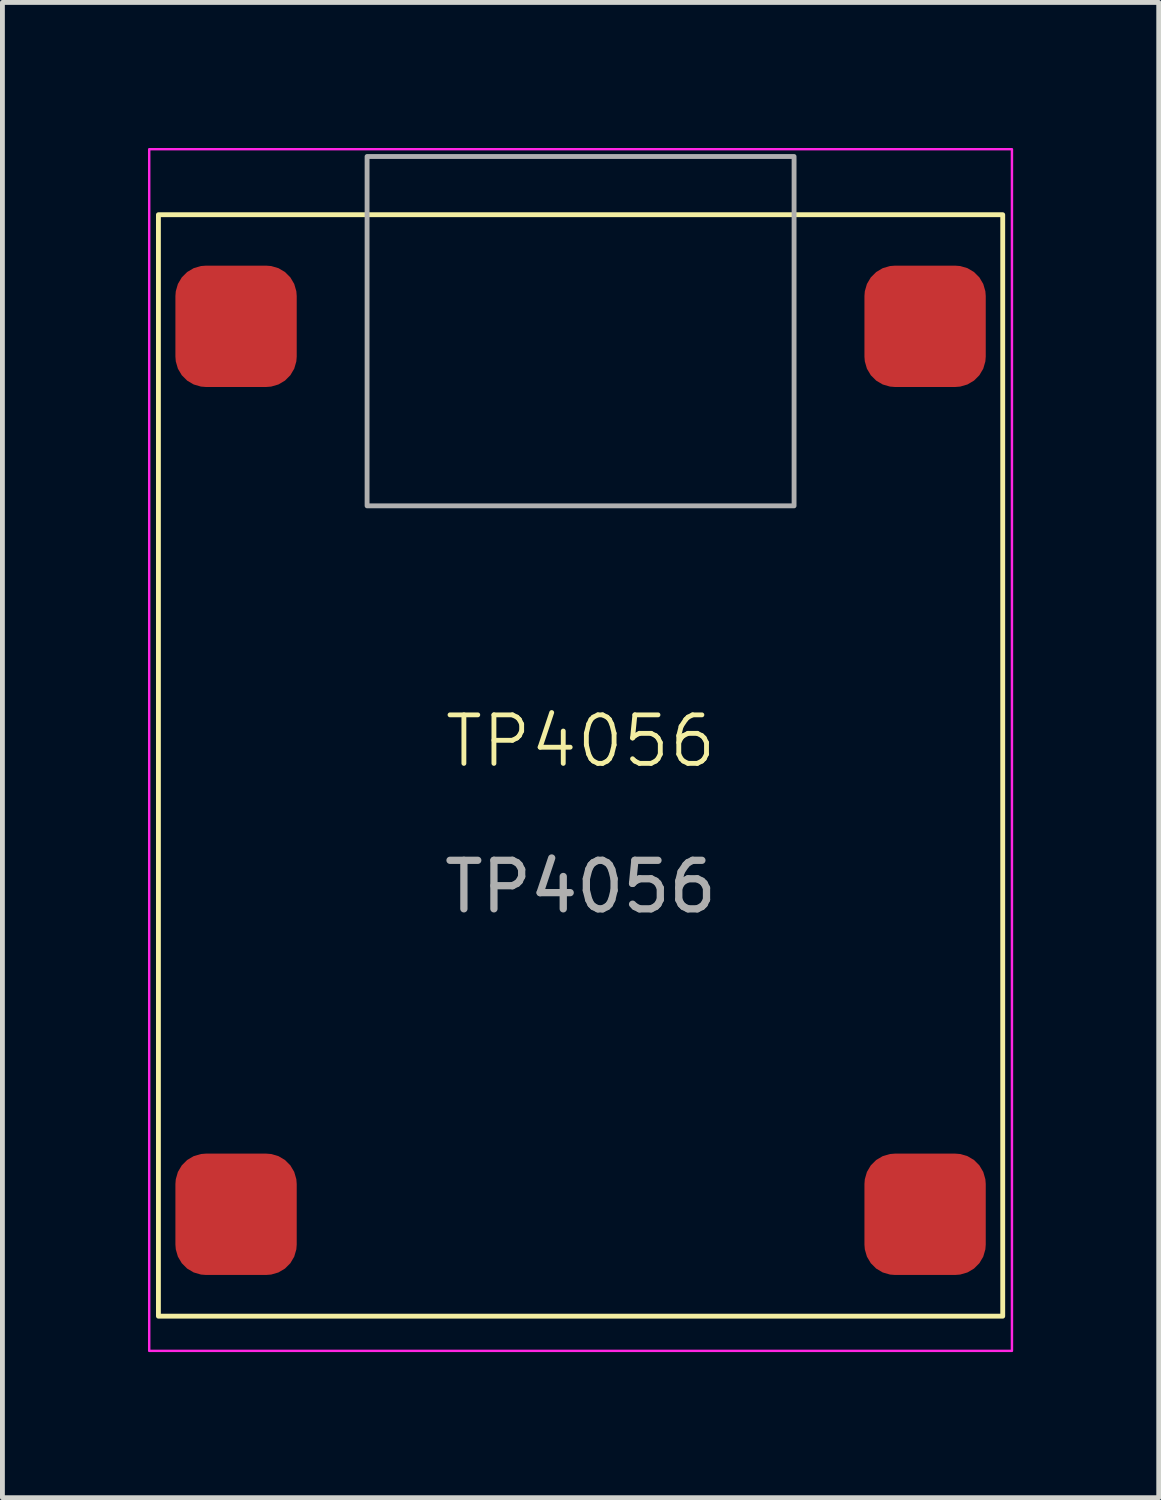
<source format=kicad_pcb>
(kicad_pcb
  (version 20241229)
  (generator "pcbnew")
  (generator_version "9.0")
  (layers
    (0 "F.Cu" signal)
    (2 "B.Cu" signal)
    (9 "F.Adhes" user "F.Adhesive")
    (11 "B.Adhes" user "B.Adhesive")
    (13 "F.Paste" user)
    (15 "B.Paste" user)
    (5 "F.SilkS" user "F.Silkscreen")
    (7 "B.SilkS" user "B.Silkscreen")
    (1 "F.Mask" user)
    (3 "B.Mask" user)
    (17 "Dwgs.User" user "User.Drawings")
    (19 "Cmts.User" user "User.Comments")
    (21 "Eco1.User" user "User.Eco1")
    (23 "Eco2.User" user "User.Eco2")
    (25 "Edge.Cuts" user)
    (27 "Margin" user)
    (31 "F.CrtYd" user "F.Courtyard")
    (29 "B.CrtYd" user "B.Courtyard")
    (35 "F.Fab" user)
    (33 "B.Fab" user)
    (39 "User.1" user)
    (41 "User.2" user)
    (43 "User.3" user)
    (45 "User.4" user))
  (footprint "TP4056"
    (layer "F.Cu")
    (at 8.915 12.725)
    (property "Reference" "TP4056" (at 0 -0.5 0) (unlocked yes) (layer "F.SilkS") (effects (font (size 1 1) (thickness 0.1))))
    (attr smd)
    (fp_rect (start -8.7 -11.35) (end 8.7 11.35) (stroke (width 0.1) (type default)) (fill no) (layer "F.SilkS"))
    (fp_rect (start -8.89 -12.7) (end 8.89 12.065) (stroke (width 0.05) (type default)) (fill no) (layer "F.CrtYd"))
    (fp_rect (start -4.4 -12.55) (end 4.4 -5.35) (stroke (width 0.1) (type default)) (fill no) (layer "F.Fab"))
    (fp_text user "${REFERENCE}" (at 0 2.5 0) (unlocked yes) (layer "F.Fab") (effects (font (size 1 1) (thickness 0.15))))
    (pad "1" smd roundrect (at 7.1 -9.05) (size 2.5 2.5) (layers "F.Cu" "F.Mask" "F.Paste") (roundrect_rratio 0.25))
    (pad "2" smd roundrect (at -7.1 -9.05) (size 2.5 2.5) (layers "F.Cu" "F.Mask" "F.Paste") (roundrect_rratio 0.25))
    (pad "3" smd roundrect (at 7.1 9.25) (size 2.5 2.5) (layers "F.Cu" "F.Mask" "F.Paste") (roundrect_rratio 0.25))
    (pad "4" smd roundrect (at -7.1 9.25) (size 2.5 2.5) (layers "F.Cu" "F.Mask" "F.Paste") (roundrect_rratio 0.25)))
  (gr_rect
    (start -3 -3)
    (end 20.83 27.815)
    (stroke (width 0.1) (type default))
    (fill no)
    (layer "Edge.Cuts")))
</source>
